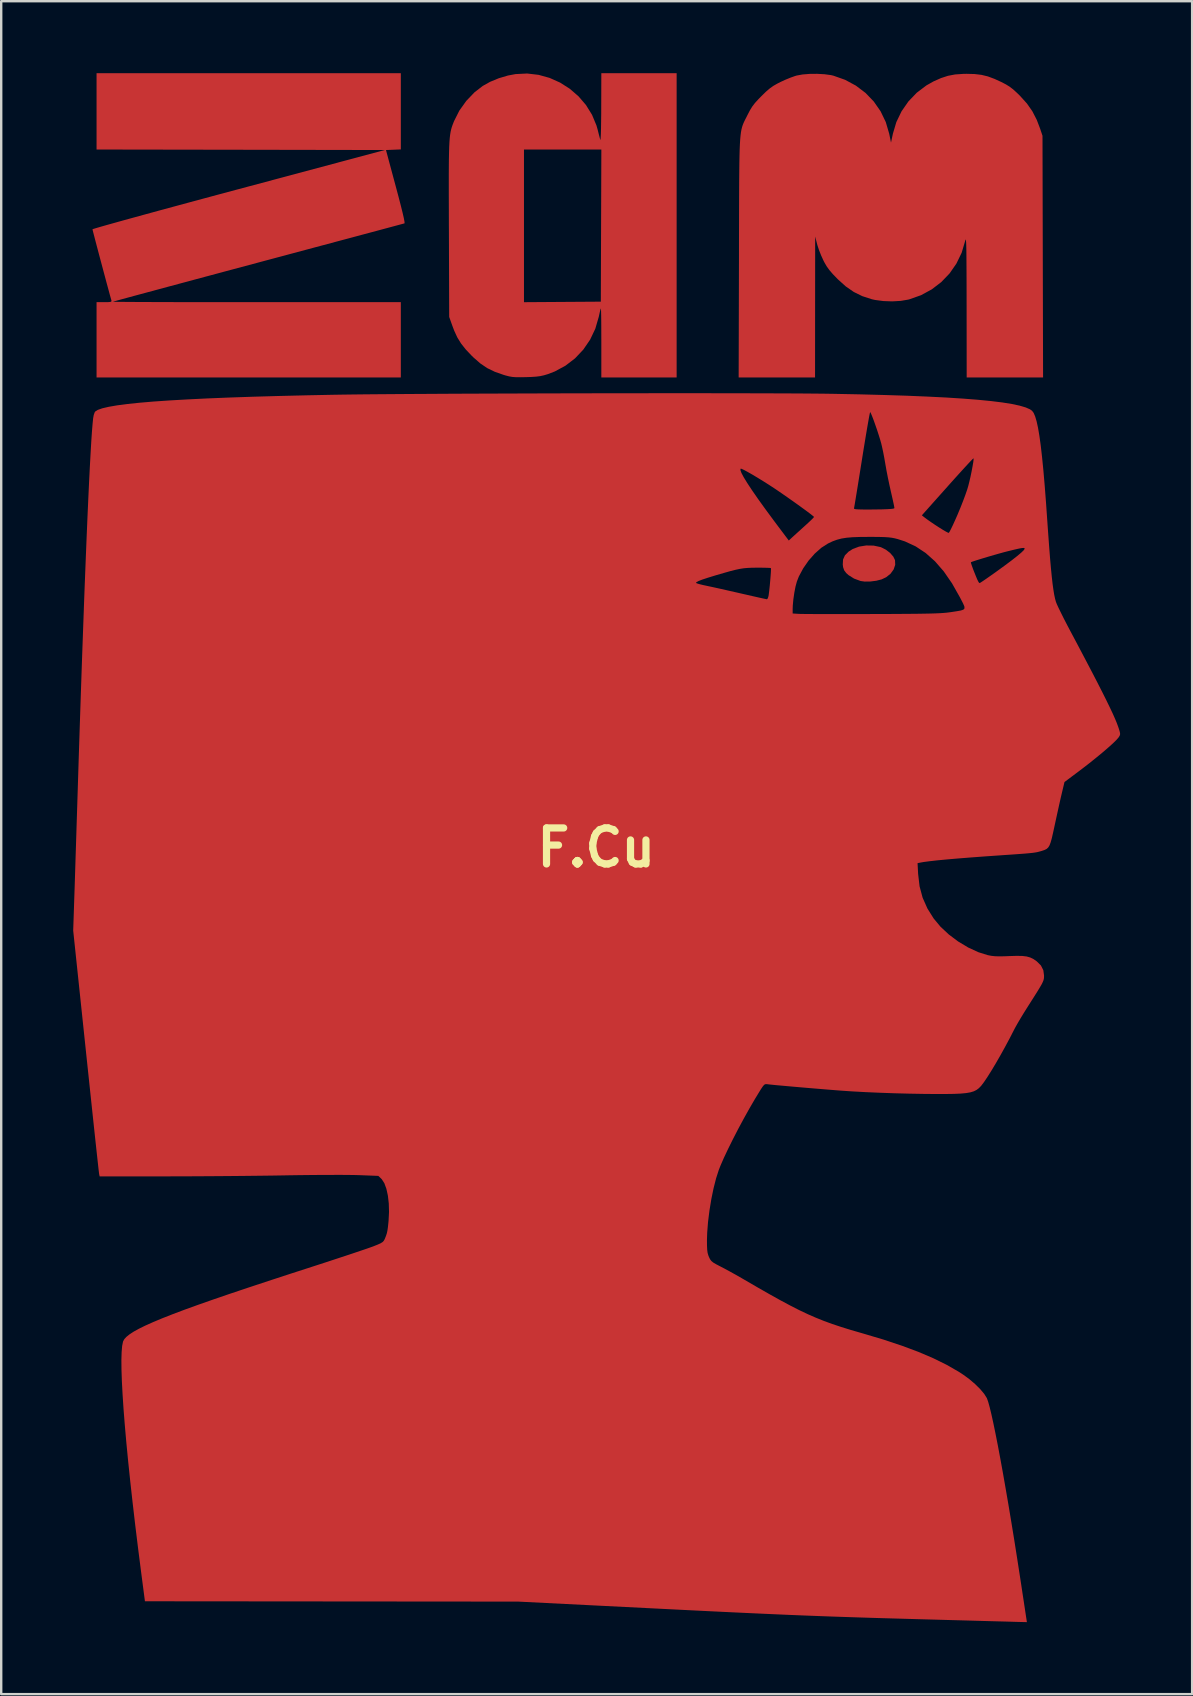
<source format=kicad_pcb>
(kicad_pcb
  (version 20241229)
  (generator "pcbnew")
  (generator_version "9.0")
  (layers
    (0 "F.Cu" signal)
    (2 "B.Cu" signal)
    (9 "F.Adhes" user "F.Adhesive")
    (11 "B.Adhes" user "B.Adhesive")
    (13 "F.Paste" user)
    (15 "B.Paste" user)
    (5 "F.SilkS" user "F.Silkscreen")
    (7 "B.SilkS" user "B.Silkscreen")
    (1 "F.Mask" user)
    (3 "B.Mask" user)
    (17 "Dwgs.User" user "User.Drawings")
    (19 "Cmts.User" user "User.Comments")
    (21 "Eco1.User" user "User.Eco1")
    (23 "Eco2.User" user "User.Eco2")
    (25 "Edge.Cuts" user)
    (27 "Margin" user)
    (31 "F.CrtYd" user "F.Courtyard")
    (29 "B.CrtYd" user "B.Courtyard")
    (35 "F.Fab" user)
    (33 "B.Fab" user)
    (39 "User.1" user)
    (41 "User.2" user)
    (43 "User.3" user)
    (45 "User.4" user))
  (footprint "F.Cu"
    (layer "F.Cu")
    (at 21.793 32.269)
    (property "Reference" "F.Cu" (at 0 0 0) (layer "F.SilkS") (effects (font (size 1.5 1.5) (thickness 0.3))))
    (attr board_only exclude_from_pos_files exclude_from_bom)
    (fp_poly (pts (xy 11.557 -12.586) (xy 11.843 -12.525) (xy 11.88 -12.511) (xy 12.073 -12.413) (xy 12.246 -12.278) (xy 12.379 -12.125) (xy 12.449 -11.98) (xy 12.457 -11.785) (xy 12.391 -11.592) (xy 12.262 -11.414) (xy 12.08 -11.268) (xy 11.89 -11.178) (xy 11.667 -11.121) (xy 11.42 -11.09) (xy 11.184 -11.087) (xy 11.014 -11.111) (xy 10.743 -11.211) (xy 10.509 -11.358) (xy 10.414 -11.444) (xy 10.33 -11.556) (xy 10.286 -11.687) (xy 10.272 -11.798) (xy 10.284 -12.007) (xy 10.362 -12.181) (xy 10.512 -12.333) (xy 10.687 -12.444) (xy 10.949 -12.543) (xy 11.248 -12.591)) (stroke (width 0) (type solid)) (fill yes) (layer "F.Cu"))
    (fp_poly (pts (xy -8.142 -30.681) (xy -8.142 -29.093) (xy -8.452 -29.08) (xy -8.761 -29.068) (xy -8.352 -27.548) (xy -8.236 -27.114) (xy -8.141 -26.748) (xy -8.068 -26.453) (xy -8.017 -26.231) (xy -7.99 -26.085) (xy -7.985 -26.017) (xy -7.989 -26.013) (xy -8.034 -26) (xy -8.157 -25.967) (xy -8.353 -25.914) (xy -8.617 -25.843) (xy -8.945 -25.755) (xy -9.332 -25.651) (xy -9.774 -25.533) (xy -10.265 -25.401) (xy -10.802 -25.258) (xy -11.38 -25.103) (xy -11.994 -24.939) (xy -12.639 -24.766) (xy -13.312 -24.586) (xy -14.008 -24.4) (xy -14.078 -24.381) (xy -14.775 -24.194) (xy -15.449 -24.014) (xy -16.097 -23.84) (xy -16.713 -23.675) (xy -17.292 -23.519) (xy -17.832 -23.374) (xy -18.325 -23.241) (xy -18.77 -23.121) (xy -19.16 -23.016) (xy -19.491 -22.926) (xy -19.759 -22.853) (xy -19.959 -22.798) (xy -20.086 -22.762) (xy -20.137 -22.747) (xy -20.138 -22.747) (xy -20.098 -22.745) (xy -19.979 -22.743) (xy -19.784 -22.741) (xy -19.519 -22.739) (xy -19.188 -22.737) (xy -18.795 -22.735) (xy -18.347 -22.734) (xy -17.847 -22.732) (xy -17.3 -22.731) (xy -16.711 -22.73) (xy -16.085 -22.73) (xy -15.426 -22.729) (xy -14.739 -22.729) (xy -14.149 -22.729) (xy -8.142 -22.729) (xy -8.142 -21.16) (xy -8.142 -19.591) (xy -14.481 -19.591) (xy -20.82 -19.591) (xy -20.82 -21.16) (xy -20.82 -22.729) (xy -20.499 -22.729) (xy -20.337 -22.731) (xy -20.243 -22.739) (xy -20.202 -22.759) (xy -20.198 -22.792) (xy -20.201 -22.803) (xy -20.229 -22.902) (xy -20.274 -23.063) (xy -20.331 -23.276) (xy -20.4 -23.528) (xy -20.475 -23.809) (xy -20.555 -24.108) (xy -20.636 -24.412) (xy -20.716 -24.711) (xy -20.791 -24.994) (xy -20.858 -25.249) (xy -20.914 -25.465) (xy -20.957 -25.63) (xy -20.983 -25.734) (xy -20.99 -25.765) (xy -20.95 -25.781) (xy -20.832 -25.817) (xy -20.641 -25.873) (xy -20.382 -25.947) (xy -20.059 -26.037) (xy -19.677 -26.144) (xy -19.239 -26.264) (xy -18.751 -26.398) (xy -18.218 -26.544) (xy -17.642 -26.7) (xy -17.03 -26.866) (xy -16.385 -27.04) (xy -15.713 -27.221) (xy -15.017 -27.408) (xy -14.902 -27.438) (xy -8.813 -29.068) (xy -14.817 -29.079) (xy -20.82 -29.089) (xy -20.82 -30.679) (xy -20.82 -32.269) (xy -14.481 -32.269) (xy -8.142 -32.269)) (stroke (width 0) (type solid)) (fill yes) (layer "F.Cu"))
    (fp_poly (pts (xy 3.35 -25.93) (xy 3.35 -19.591) (xy 1.781 -19.591) (xy 0.212 -19.591) (xy 0.212 -21.039) (xy 0.211 -21.379) (xy 0.21 -21.69) (xy 0.208 -21.961) (xy 0.205 -22.184) (xy 0.201 -22.349) (xy 0.197 -22.447) (xy 0.193 -22.469) (xy 0.176 -22.422) (xy 0.148 -22.312) (xy 0.115 -22.161) (xy 0.104 -22.113) (xy -0.039 -21.621) (xy -0.256 -21.165) (xy -0.539 -20.752) (xy -0.882 -20.389) (xy -1.279 -20.084) (xy -1.724 -19.843) (xy -2.014 -19.731) (xy -2.178 -19.682) (xy -2.332 -19.648) (xy -2.502 -19.626) (xy -2.711 -19.612) (xy -2.926 -19.605) (xy -3.169 -19.601) (xy -3.352 -19.603) (xy -3.498 -19.614) (xy -3.631 -19.637) (xy -3.774 -19.674) (xy -3.859 -19.699) (xy -4.226 -19.828) (xy -4.54 -19.98) (xy -4.826 -20.173) (xy -5.113 -20.423) (xy -5.194 -20.502) (xy -5.442 -20.765) (xy -5.634 -21.009) (xy -5.788 -21.259) (xy -5.918 -21.541) (xy -5.994 -21.742) (xy -6.127 -22.114) (xy -6.139 -25.767) (xy -6.14 -25.908) (xy -3.011 -25.908) (xy -3.011 -22.728) (xy -1.41 -22.739) (xy 0.191 -22.75) (xy 0.202 -25.919) (xy 0.213 -29.089) (xy -1.399 -29.089) (xy -3.011 -29.089) (xy -3.011 -25.908) (xy -6.14 -25.908) (xy -6.141 -26.434) (xy -6.143 -27.021) (xy -6.144 -27.535) (xy -6.144 -27.982) (xy -6.142 -28.367) (xy -6.139 -28.696) (xy -6.133 -28.975) (xy -6.126 -29.211) (xy -6.116 -29.408) (xy -6.103 -29.572) (xy -6.087 -29.71) (xy -6.068 -29.826) (xy -6.045 -29.928) (xy -6.019 -30.02) (xy -5.988 -30.109) (xy -5.953 -30.2) (xy -5.923 -30.275) (xy -5.704 -30.71) (xy -5.415 -31.115) (xy -5.072 -31.473) (xy -4.728 -31.739) (xy -4.42 -31.911) (xy -4.06 -32.059) (xy -3.679 -32.172) (xy -3.361 -32.232) (xy -2.877 -32.256) (xy -2.4 -32.2) (xy -1.94 -32.072) (xy -1.503 -31.876) (xy -1.1 -31.619) (xy -0.739 -31.306) (xy -0.428 -30.944) (xy -0.176 -30.537) (xy 0.009 -30.093) (xy 0.06 -29.914) (xy 0.102 -29.745) (xy 0.142 -29.592) (xy 0.168 -29.492) (xy 0.177 -29.5) (xy 0.185 -29.586) (xy 0.193 -29.743) (xy 0.199 -29.965) (xy 0.203 -30.244) (xy 0.207 -30.575) (xy 0.208 -30.817) (xy 0.212 -32.269) (xy 1.781 -32.269) (xy 3.35 -32.269)) (stroke (width 0) (type solid)) (fill yes) (layer "F.Cu"))
    (fp_poly (pts (xy 9.51 -32.226) (xy 9.778 -32.19) (xy 9.878 -32.167) (xy 10.37 -31.993) (xy 10.819 -31.751) (xy 11.219 -31.448) (xy 11.564 -31.09) (xy 11.848 -30.682) (xy 12.064 -30.233) (xy 12.207 -29.747) (xy 12.21 -29.732) (xy 12.282 -29.378) (xy 12.36 -29.747) (xy 12.504 -30.231) (xy 12.722 -30.683) (xy 13.008 -31.094) (xy 13.355 -31.456) (xy 13.755 -31.759) (xy 14.053 -31.927) (xy 14.368 -32.067) (xy 14.657 -32.161) (xy 14.953 -32.217) (xy 15.287 -32.24) (xy 15.435 -32.243) (xy 15.766 -32.234) (xy 16.05 -32.2) (xy 16.318 -32.135) (xy 16.597 -32.031) (xy 16.877 -31.902) (xy 17.069 -31.803) (xy 17.226 -31.706) (xy 17.372 -31.594) (xy 17.531 -31.449) (xy 17.663 -31.319) (xy 17.947 -31.004) (xy 18.172 -30.682) (xy 18.354 -30.327) (xy 18.495 -29.958) (xy 18.594 -29.662) (xy 18.606 -24.626) (xy 18.618 -19.591) (xy 17.026 -19.591) (xy 15.435 -19.591) (xy 15.432 -22.57) (xy 15.431 -23.145) (xy 15.43 -23.64) (xy 15.428 -24.06) (xy 15.426 -24.411) (xy 15.424 -24.697) (xy 15.421 -24.924) (xy 15.417 -25.096) (xy 15.412 -25.218) (xy 15.405 -25.296) (xy 15.398 -25.335) (xy 15.39 -25.339) (xy 15.38 -25.313) (xy 15.37 -25.273) (xy 15.225 -24.786) (xy 15.006 -24.335) (xy 14.722 -23.926) (xy 14.377 -23.566) (xy 13.979 -23.262) (xy 13.535 -23.02) (xy 13.051 -22.849) (xy 12.997 -22.835) (xy 12.686 -22.782) (xy 12.331 -22.762) (xy 11.965 -22.775) (xy 11.622 -22.82) (xy 11.479 -22.852) (xy 11.085 -22.98) (xy 10.731 -23.154) (xy 10.397 -23.385) (xy 10.064 -23.685) (xy 10.049 -23.701) (xy 9.858 -23.898) (xy 9.716 -24.063) (xy 9.605 -24.217) (xy 9.508 -24.383) (xy 9.465 -24.467) (xy 9.371 -24.674) (xy 9.282 -24.899) (xy 9.215 -25.103) (xy 9.203 -25.146) (xy 9.122 -25.464) (xy 9.119 -22.527) (xy 9.117 -19.591) (xy 7.526 -19.591) (xy 5.934 -19.591) (xy 5.947 -24.605) (xy 5.948 -25.377) (xy 5.95 -26.069) (xy 5.951 -26.686) (xy 5.953 -27.233) (xy 5.955 -27.715) (xy 5.959 -28.137) (xy 5.963 -28.503) (xy 5.969 -28.818) (xy 5.976 -29.088) (xy 5.986 -29.317) (xy 5.998 -29.51) (xy 6.013 -29.673) (xy 6.03 -29.809) (xy 6.051 -29.924) (xy 6.076 -30.023) (xy 6.104 -30.11) (xy 6.136 -30.191) (xy 6.173 -30.271) (xy 6.214 -30.353) (xy 6.261 -30.444) (xy 6.304 -30.531) (xy 6.404 -30.723) (xy 6.501 -30.881) (xy 6.614 -31.029) (xy 6.761 -31.19) (xy 6.887 -31.319) (xy 7.072 -31.499) (xy 7.227 -31.632) (xy 7.375 -31.738) (xy 7.542 -31.834) (xy 7.675 -31.902) (xy 7.879 -31.996) (xy 8.092 -32.083) (xy 8.279 -32.15) (xy 8.354 -32.172) (xy 8.595 -32.216) (xy 8.888 -32.24) (xy 9.203 -32.243)) (stroke (width 0) (type solid)) (fill yes) (layer "F.Cu"))
    (fp_poly (pts (xy 4.364 -18.935) (xy 5.172 -18.934) (xy 5.943 -18.933) (xy 6.67 -18.931) (xy 7.348 -18.929) (xy 7.97 -18.927) (xy 8.532 -18.924) (xy 9.027 -18.92) (xy 9.451 -18.916) (xy 9.796 -18.911) (xy 9.859 -18.91) (xy 10.967 -18.888) (xy 11.992 -18.861) (xy 12.935 -18.831) (xy 13.796 -18.795) (xy 14.577 -18.756) (xy 15.279 -18.711) (xy 15.903 -18.662) (xy 16.45 -18.608) (xy 16.921 -18.55) (xy 17.318 -18.486) (xy 17.642 -18.417) (xy 17.893 -18.343) (xy 18.073 -18.264) (xy 18.158 -18.204) (xy 18.225 -18.115) (xy 18.288 -17.968) (xy 18.349 -17.762) (xy 18.408 -17.492) (xy 18.465 -17.157) (xy 18.521 -16.753) (xy 18.575 -16.278) (xy 18.63 -15.729) (xy 18.684 -15.103) (xy 18.739 -14.397) (xy 18.785 -13.739) (xy 18.83 -13.101) (xy 18.871 -12.543) (xy 18.909 -12.057) (xy 18.946 -11.64) (xy 18.981 -11.284) (xy 19.015 -10.984) (xy 19.05 -10.734) (xy 19.084 -10.529) (xy 19.12 -10.363) (xy 19.154 -10.241) (xy 19.192 -10.145) (xy 19.264 -9.988) (xy 19.365 -9.782) (xy 19.486 -9.539) (xy 19.623 -9.274) (xy 19.739 -9.053) (xy 20.081 -8.41) (xy 20.383 -7.836) (xy 20.65 -7.327) (xy 20.882 -6.879) (xy 21.082 -6.486) (xy 21.253 -6.144) (xy 21.397 -5.848) (xy 21.517 -5.595) (xy 21.613 -5.378) (xy 21.69 -5.193) (xy 21.748 -5.036) (xy 21.776 -4.953) (xy 21.816 -4.818) (xy 21.829 -4.735) (xy 21.812 -4.67) (xy 21.765 -4.595) (xy 21.753 -4.58) (xy 21.669 -4.483) (xy 21.525 -4.343) (xy 21.332 -4.17) (xy 21.101 -3.971) (xy 20.839 -3.755) (xy 20.558 -3.529) (xy 20.266 -3.303) (xy 20.112 -3.186) (xy 19.51 -2.735) (xy 19.399 -2.269) (xy 19.354 -2.077) (xy 19.297 -1.824) (xy 19.233 -1.534) (xy 19.166 -1.229) (xy 19.102 -0.933) (xy 19.035 -0.625) (xy 18.981 -0.389) (xy 18.932 -0.215) (xy 18.883 -0.089) (xy 18.828 -0.003) (xy 18.761 0.055) (xy 18.676 0.097) (xy 18.567 0.134) (xy 18.521 0.147) (xy 18.447 0.168) (xy 18.374 0.186) (xy 18.289 0.201) (xy 18.184 0.216) (xy 18.048 0.23) (xy 17.872 0.246) (xy 17.645 0.263) (xy 17.358 0.284) (xy 17 0.308) (xy 16.834 0.32) (xy 16.187 0.365) (xy 15.597 0.409) (xy 15.068 0.451) (xy 14.604 0.491) (xy 14.21 0.529) (xy 13.889 0.565) (xy 13.645 0.597) (xy 13.51 0.621) (xy 13.388 0.645) (xy 13.412 1.097) (xy 13.472 1.611) (xy 13.599 2.084) (xy 13.798 2.533) (xy 14.058 2.949) (xy 14.342 3.291) (xy 14.689 3.616) (xy 15.081 3.91) (xy 15.5 4.161) (xy 15.926 4.357) (xy 16.312 4.478) (xy 16.457 4.506) (xy 16.609 4.523) (xy 16.79 4.529) (xy 17.02 4.525) (xy 17.216 4.517) (xy 17.517 4.508) (xy 17.751 4.512) (xy 17.935 4.534) (xy 18.085 4.577) (xy 18.22 4.643) (xy 18.351 4.734) (xy 18.528 4.908) (xy 18.628 5.105) (xy 18.658 5.324) (xy 18.657 5.393) (xy 18.652 5.454) (xy 18.637 5.518) (xy 18.608 5.593) (xy 18.561 5.689) (xy 18.489 5.814) (xy 18.389 5.979) (xy 18.256 6.191) (xy 18.084 6.461) (xy 17.973 6.636) (xy 17.826 6.87) (xy 17.682 7.106) (xy 17.554 7.324) (xy 17.453 7.504) (xy 17.408 7.59) (xy 17.227 7.943) (xy 17.035 8.301) (xy 16.84 8.653) (xy 16.648 8.987) (xy 16.465 9.292) (xy 16.299 9.556) (xy 16.156 9.768) (xy 16.043 9.917) (xy 16.031 9.931) (xy 15.942 10.022) (xy 15.845 10.095) (xy 15.73 10.152) (xy 15.588 10.195) (xy 15.408 10.226) (xy 15.181 10.247) (xy 14.896 10.259) (xy 14.544 10.264) (xy 14.206 10.265) (xy 13.637 10.26) (xy 13.033 10.249) (xy 12.414 10.233) (xy 11.8 10.211) (xy 11.208 10.185) (xy 10.659 10.155) (xy 10.171 10.122) (xy 10.071 10.114) (xy 9.644 10.08) (xy 9.222 10.045) (xy 8.814 10.011) (xy 8.429 9.978) (xy 8.077 9.947) (xy 7.766 9.919) (xy 7.507 9.896) (xy 7.307 9.876) (xy 7.178 9.862) (xy 7.139 9.857) (xy 7.067 9.851) (xy 7.011 9.87) (xy 6.954 9.928) (xy 6.877 10.04) (xy 6.838 10.102) (xy 6.616 10.466) (xy 6.383 10.866) (xy 6.147 11.289) (xy 5.915 11.72) (xy 5.696 12.145) (xy 5.495 12.55) (xy 5.32 12.921) (xy 5.179 13.244) (xy 5.109 13.421) (xy 4.995 13.774) (xy 4.889 14.189) (xy 4.795 14.646) (xy 4.717 15.122) (xy 4.658 15.595) (xy 4.623 16.044) (xy 4.613 16.349) (xy 4.615 16.584) (xy 4.623 16.754) (xy 4.64 16.882) (xy 4.67 16.987) (xy 4.698 17.058) (xy 4.744 17.151) (xy 4.798 17.223) (xy 4.876 17.287) (xy 4.997 17.358) (xy 5.17 17.448) (xy 5.347 17.54) (xy 5.572 17.662) (xy 5.821 17.8) (xy 6.069 17.942) (xy 6.159 17.994) (xy 6.721 18.321) (xy 7.222 18.607) (xy 7.671 18.857) (xy 8.078 19.075) (xy 8.452 19.266) (xy 8.805 19.434) (xy 9.146 19.583) (xy 9.485 19.719) (xy 9.831 19.846) (xy 10.195 19.967) (xy 10.587 20.089) (xy 11.017 20.214) (xy 11.131 20.247) (xy 11.974 20.498) (xy 12.736 20.752) (xy 13.424 21.009) (xy 14.041 21.272) (xy 14.593 21.544) (xy 15.084 21.825) (xy 15.288 21.957) (xy 15.546 22.145) (xy 15.787 22.351) (xy 15.999 22.561) (xy 16.166 22.76) (xy 16.275 22.934) (xy 16.281 22.949) (xy 16.332 23.093) (xy 16.394 23.317) (xy 16.466 23.615) (xy 16.547 23.983) (xy 16.636 24.415) (xy 16.733 24.908) (xy 16.836 25.456) (xy 16.945 26.054) (xy 17.058 26.699) (xy 17.176 27.384) (xy 17.296 28.106) (xy 17.419 28.859) (xy 17.542 29.639) (xy 17.666 30.44) (xy 17.703 30.679) (xy 17.752 31.006) (xy 17.799 31.312) (xy 17.84 31.586) (xy 17.875 31.815) (xy 17.901 31.988) (xy 17.917 32.094) (xy 17.92 32.11) (xy 17.944 32.269) (xy 17.718 32.264) (xy 17.645 32.262) (xy 17.493 32.258) (xy 17.268 32.251) (xy 16.976 32.243) (xy 16.624 32.234) (xy 16.216 32.223) (xy 15.76 32.21) (xy 15.26 32.196) (xy 14.724 32.182) (xy 14.156 32.166) (xy 13.563 32.15) (xy 13.103 32.137) (xy 12.395 32.117) (xy 11.728 32.098) (xy 11.091 32.078) (xy 10.477 32.058) (xy 9.875 32.038) (xy 9.278 32.016) (xy 8.676 31.993) (xy 8.059 31.968) (xy 7.42 31.94) (xy 6.749 31.91) (xy 6.037 31.877) (xy 5.276 31.841) (xy 4.455 31.801) (xy 3.567 31.757) (xy 2.735 31.715) (xy -3.244 31.414) (xy -11.024 31.407) (xy -18.804 31.4) (xy -18.962 30.192) (xy -19.091 29.183) (xy -19.21 28.213) (xy -19.318 27.285) (xy -19.416 26.402) (xy -19.503 25.568) (xy -19.579 24.785) (xy -19.643 24.056) (xy -19.696 23.386) (xy -19.736 22.777) (xy -19.765 22.232) (xy -19.781 21.754) (xy -19.785 21.348) (xy -19.775 21.015) (xy -19.753 20.758) (xy -19.717 20.583) (xy -19.713 20.569) (xy -19.664 20.479) (xy -19.576 20.383) (xy -19.447 20.279) (xy -19.274 20.166) (xy -19.053 20.044) (xy -18.783 19.911) (xy -18.461 19.767) (xy -18.083 19.609) (xy -17.648 19.438) (xy -17.152 19.251) (xy -16.593 19.049) (xy -15.967 18.829) (xy -15.273 18.591) (xy -14.507 18.334) (xy -13.667 18.056) (xy -12.749 17.756) (xy -12.121 17.553) (xy -11.674 17.408) (xy -11.239 17.267) (xy -10.826 17.131) (xy -10.443 17.005) (xy -10.098 16.89) (xy -9.802 16.79) (xy -9.562 16.709) (xy -9.387 16.647) (xy -9.303 16.617) (xy -9.111 16.541) (xy -8.983 16.483) (xy -8.902 16.432) (xy -8.851 16.378) (xy -8.814 16.309) (xy -8.807 16.293) (xy -8.76 16.175) (xy -8.726 16.071) (xy -8.701 15.958) (xy -8.68 15.813) (xy -8.659 15.613) (xy -8.653 15.55) (xy -8.634 15.181) (xy -8.644 14.826) (xy -8.681 14.499) (xy -8.744 14.213) (xy -8.829 13.981) (xy -8.935 13.816) (xy -8.954 13.796) (xy -9.079 13.676) (xy -9.872 13.645) (xy -10.07 13.64) (xy -10.342 13.636) (xy -10.675 13.634) (xy -11.059 13.635) (xy -11.481 13.636) (xy -11.93 13.64) (xy -12.395 13.645) (xy -12.864 13.652) (xy -12.997 13.655) (xy -13.5 13.663) (xy -14.069 13.67) (xy -14.687 13.677) (xy -15.334 13.683) (xy -15.992 13.688) (xy -16.642 13.692) (xy -17.267 13.695) (xy -17.848 13.696) (xy -18.01 13.696) (xy -20.692 13.696) (xy -20.712 13.601) (xy -20.719 13.547) (xy -20.735 13.415) (xy -20.758 13.208) (xy -20.788 12.933) (xy -20.825 12.595) (xy -20.868 12.199) (xy -20.916 11.751) (xy -20.969 11.255) (xy -21.026 10.718) (xy -21.087 10.143) (xy -21.151 9.538) (xy -21.218 8.907) (xy -21.263 8.481) (xy -21.793 3.456) (xy -21.752 2.226) (xy -21.744 1.983) (xy -21.733 1.664) (xy -21.721 1.28) (xy -21.707 0.841) (xy -21.692 0.355) (xy -21.675 -0.166) (xy -21.658 -0.714) (xy -21.64 -1.278) (xy -21.622 -1.848) (xy -21.604 -2.416) (xy -21.604 -2.417) (xy -21.56 -3.818) (xy -21.516 -5.164) (xy -21.473 -6.455) (xy -21.431 -7.689) (xy -21.389 -8.863) (xy -21.35 -9.936) (xy 8.184 -9.936) (xy 8.184 -9.757) (xy 8.428 -9.742) (xy 8.512 -9.739) (xy 8.673 -9.737) (xy 8.903 -9.735) (xy 9.195 -9.734) (xy 9.54 -9.733) (xy 9.931 -9.733) (xy 10.361 -9.733) (xy 10.82 -9.733) (xy 11.302 -9.734) (xy 11.491 -9.735) (xy 12.07 -9.736) (xy 12.57 -9.739) (xy 13 -9.742) (xy 13.365 -9.745) (xy 13.673 -9.75) (xy 13.931 -9.755) (xy 14.146 -9.762) (xy 14.324 -9.77) (xy 14.473 -9.78) (xy 14.598 -9.791) (xy 14.709 -9.805) (xy 14.769 -9.813) (xy 15.019 -9.851) (xy 15.193 -9.882) (xy 15.299 -9.918) (xy 15.345 -9.972) (xy 15.337 -10.056) (xy 15.283 -10.18) (xy 15.191 -10.358) (xy 15.151 -10.434) (xy 14.824 -11.013) (xy 14.48 -11.511) (xy 14.149 -11.892) (xy 15.61 -11.892) (xy 15.617 -11.849) (xy 15.651 -11.745) (xy 15.704 -11.6) (xy 15.733 -11.525) (xy 15.817 -11.315) (xy 15.877 -11.172) (xy 15.92 -11.085) (xy 15.949 -11.04) (xy 15.973 -11.026) (xy 15.977 -11.025) (xy 16.02 -11.049) (xy 16.12 -11.115) (xy 16.266 -11.215) (xy 16.446 -11.341) (xy 16.648 -11.484) (xy 17.002 -11.741) (xy 17.298 -11.962) (xy 17.533 -12.146) (xy 17.706 -12.291) (xy 17.813 -12.394) (xy 17.851 -12.454) (xy 17.852 -12.455) (xy 17.842 -12.479) (xy 17.807 -12.489) (xy 17.734 -12.484) (xy 17.614 -12.462) (xy 17.433 -12.421) (xy 17.183 -12.36) (xy 17.167 -12.356) (xy 17.006 -12.315) (xy 16.807 -12.26) (xy 16.585 -12.197) (xy 16.354 -12.13) (xy 16.131 -12.063) (xy 15.929 -12.001) (xy 15.765 -11.949) (xy 15.654 -11.911) (xy 15.61 -11.892) (xy 14.149 -11.892) (xy 14.114 -11.932) (xy 13.725 -12.278) (xy 13.308 -12.554) (xy 12.861 -12.761) (xy 12.564 -12.857) (xy 12.439 -12.889) (xy 12.316 -12.913) (xy 12.181 -12.929) (xy 12.018 -12.94) (xy 11.81 -12.946) (xy 11.541 -12.949) (xy 11.364 -12.949) (xy 10.989 -12.946) (xy 10.684 -12.935) (xy 10.432 -12.914) (xy 10.22 -12.88) (xy 10.032 -12.831) (xy 9.852 -12.765) (xy 9.666 -12.678) (xy 9.658 -12.674) (xy 9.38 -12.496) (xy 9.105 -12.252) (xy 8.847 -11.96) (xy 8.622 -11.636) (xy 8.442 -11.299) (xy 8.359 -11.086) (xy 8.303 -10.879) (xy 8.253 -10.62) (xy 8.213 -10.343) (xy 8.189 -10.082) (xy 8.184 -9.936) (xy -21.35 -9.936) (xy -21.349 -9.975) (xy -21.31 -11.025) (xy -21.309 -11.034) (xy 4.156 -11.034) (xy 4.194 -11.012) (xy 4.298 -10.98) (xy 4.449 -10.943) (xy 4.548 -10.922) (xy 4.701 -10.889) (xy 4.92 -10.842) (xy 5.187 -10.783) (xy 5.486 -10.715) (xy 5.8 -10.644) (xy 6 -10.598) (xy 6.29 -10.532) (xy 6.553 -10.472) (xy 6.778 -10.421) (xy 6.955 -10.382) (xy 7.07 -10.358) (xy 7.111 -10.35) (xy 7.147 -10.386) (xy 7.177 -10.481) (xy 7.185 -10.527) (xy 7.208 -10.71) (xy 7.23 -10.915) (xy 7.249 -11.124) (xy 7.265 -11.319) (xy 7.277 -11.483) (xy 7.281 -11.599) (xy 7.278 -11.648) (xy 7.278 -11.649) (xy 7.23 -11.656) (xy 7.115 -11.661) (xy 6.946 -11.665) (xy 6.742 -11.666) (xy 6.693 -11.666) (xy 6.489 -11.664) (xy 6.313 -11.656) (xy 6.151 -11.642) (xy 5.985 -11.616) (xy 5.802 -11.577) (xy 5.585 -11.522) (xy 5.32 -11.447) (xy 4.991 -11.351) (xy 4.953 -11.34) (xy 4.645 -11.245) (xy 4.415 -11.169) (xy 4.26 -11.108) (xy 4.175 -11.061) (xy 4.156 -11.034) (xy -21.309 -11.034) (xy -21.271 -12.01) (xy -21.234 -12.928) (xy -21.198 -13.778) (xy -21.163 -14.557) (xy -21.13 -15.264) (xy -21.106 -15.737) (xy 6.006 -15.737) (xy 6.048 -15.617) (xy 6.144 -15.435) (xy 6.293 -15.192) (xy 6.493 -14.889) (xy 6.744 -14.527) (xy 7.046 -14.107) (xy 7.397 -13.631) (xy 7.581 -13.385) (xy 8.023 -12.798) (xy 8.156 -12.921) (xy 8.241 -12.999) (xy 8.37 -13.116) (xy 8.527 -13.258) (xy 8.682 -13.398) (xy 8.832 -13.535) (xy 8.955 -13.651) (xy 9.04 -13.737) (xy 9.074 -13.779) (xy 9.074 -13.78) (xy 9.041 -13.813) (xy 8.998 -13.847) (xy 13.567 -13.847) (xy 13.663 -13.771) (xy 13.789 -13.676) (xy 13.946 -13.566) (xy 14.118 -13.45) (xy 14.291 -13.338) (xy 14.45 -13.239) (xy 14.579 -13.164) (xy 14.664 -13.121) (xy 14.687 -13.115) (xy 14.718 -13.157) (xy 14.775 -13.266) (xy 14.854 -13.428) (xy 14.947 -13.632) (xy 15.05 -13.865) (xy 15.063 -13.897) (xy 15.175 -14.166) (xy 15.283 -14.44) (xy 15.379 -14.697) (xy 15.455 -14.917) (xy 15.498 -15.06) (xy 15.547 -15.253) (xy 15.596 -15.465) (xy 15.64 -15.679) (xy 15.678 -15.879) (xy 15.707 -16.047) (xy 15.722 -16.168) (xy 15.72 -16.224) (xy 15.72 -16.225) (xy 15.689 -16.198) (xy 15.608 -16.115) (xy 15.483 -15.981) (xy 15.321 -15.805) (xy 15.127 -15.592) (xy 14.908 -15.35) (xy 14.671 -15.085) (xy 14.635 -15.044) (xy 13.567 -13.847) (xy 8.998 -13.847) (xy 8.949 -13.887) (xy 8.807 -13.994) (xy 8.627 -14.126) (xy 8.617 -14.133) (xy 10.739 -14.133) (xy 10.753 -14.115) (xy 10.815 -14.102) (xy 10.933 -14.094) (xy 11.115 -14.09) (xy 11.369 -14.089) (xy 11.572 -14.091) (xy 11.885 -14.095) (xy 12.119 -14.103) (xy 12.282 -14.113) (xy 12.381 -14.126) (xy 12.422 -14.144) (xy 12.424 -14.15) (xy 12.415 -14.207) (xy 12.39 -14.331) (xy 12.352 -14.506) (xy 12.304 -14.718) (xy 12.275 -14.846) (xy 12.213 -15.124) (xy 12.15 -15.426) (xy 12.093 -15.718) (xy 12.049 -15.967) (xy 12.043 -16.004) (xy 12.001 -16.243) (xy 11.954 -16.49) (xy 11.906 -16.71) (xy 11.875 -16.841) (xy 11.827 -17.01) (xy 11.765 -17.208) (xy 11.696 -17.42) (xy 11.623 -17.63) (xy 11.554 -17.824) (xy 11.492 -17.984) (xy 11.444 -18.098) (xy 11.416 -18.148) (xy 11.413 -18.149) (xy 11.401 -18.108) (xy 11.377 -17.992) (xy 11.344 -17.808) (xy 11.301 -17.565) (xy 11.251 -17.271) (xy 11.195 -16.934) (xy 11.134 -16.562) (xy 11.071 -16.166) (xy 11.007 -15.766) (xy 10.947 -15.39) (xy 10.892 -15.048) (xy 10.843 -14.747) (xy 10.802 -14.497) (xy 10.77 -14.306) (xy 10.748 -14.181) (xy 10.739 -14.133) (xy 8.617 -14.133) (xy 8.419 -14.277) (xy 8.193 -14.438) (xy 7.96 -14.602) (xy 7.731 -14.761) (xy 7.515 -14.909) (xy 7.421 -14.972) (xy 7.188 -15.124) (xy 6.948 -15.276) (xy 6.714 -15.419) (xy 6.497 -15.549) (xy 6.307 -15.657) (xy 6.156 -15.738) (xy 6.055 -15.785) (xy 6.017 -15.793) (xy 6.006 -15.737) (xy -21.106 -15.737) (xy -21.098 -15.897) (xy -21.067 -16.455) (xy -21.039 -16.935) (xy -21.012 -17.335) (xy -20.986 -17.654) (xy -20.963 -17.886) (xy -20.938 -18.025) (xy -20.9 -18.134) (xy -20.877 -18.171) (xy -20.767 -18.241) (xy -20.579 -18.307) (xy -20.312 -18.369) (xy -19.966 -18.429) (xy -19.541 -18.485) (xy -19.036 -18.538) (xy -18.45 -18.588) (xy -17.784 -18.634) (xy -17.035 -18.677) (xy -16.205 -18.718) (xy -15.293 -18.755) (xy -14.298 -18.789) (xy -13.219 -18.82) (xy -12.056 -18.848) (xy -10.983 -18.87) (xy -10.614 -18.876) (xy -10.169 -18.882) (xy -9.654 -18.888) (xy -9.074 -18.893) (xy -8.435 -18.898) (xy -7.742 -18.903) (xy -7.002 -18.907) (xy -6.22 -18.912) (xy -5.401 -18.916) (xy -4.552 -18.919) (xy -3.678 -18.922) (xy -2.785 -18.925) (xy -1.879 -18.928) (xy -0.965 -18.93) (xy -0.048 -18.932) (xy 0.864 -18.933) (xy 1.767 -18.934) (xy 2.656 -18.935) (xy 3.523 -18.935)) (stroke (width 0) (type solid)) (fill yes) (layer "F.Cu")))
  (gr_rect
    (start -3 -3)
    (end 46.622 67.539)
    (stroke (width 0.1) (type default))
    (fill no)
    (layer "Edge.Cuts")))
</source>
